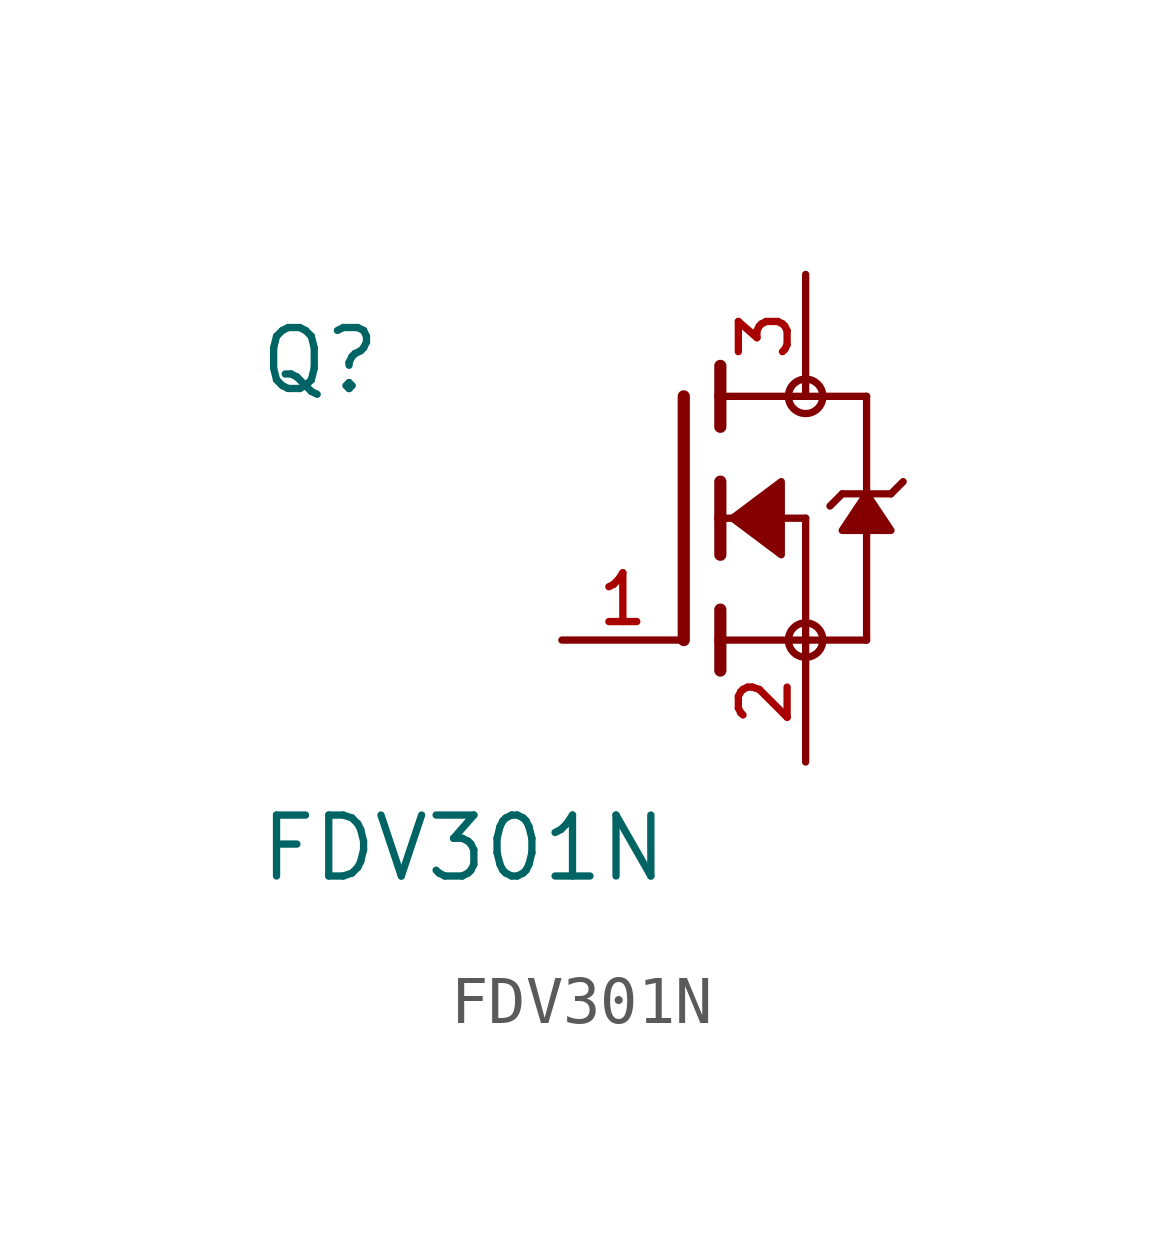
<source format=kicad_sym>
(kicad_symbol_lib
  (version 20211014)
  (generator kicad_symbol_editor)
  (symbol "FDV301N"
    (pin_names
      (offset 1.016))
    (property "Reference" "Q"
      (at -8.89 2.54 0)
      (effects (font (size 1.27 1.27)) (justify bottom left)))
    (property "Value" "FDV301N"
      (at -8.89 -7.62 0)
      (effects (font (size 1.27 1.27)) (justify bottom left)))
    (symbol "FDV301N_0_0"
      (polyline (pts (xy 0.762 0.762) (xy 0.762 0.0)) (stroke (width 0.254)))
      (polyline (pts (xy 0.762 0.0) (xy 0.762 -0.762)) (stroke (width 0.254)))
      (polyline (pts (xy 0.762 3.175) (xy 0.762 2.54)) (stroke (width 0.254)))
      (polyline (pts (xy 0.762 2.54) (xy 0.762 1.905)) (stroke (width 0.254)))
      (polyline (pts (xy 0.762 0.0) (xy 2.54 0.0)) (stroke (width 0.152)))
      (polyline (pts (xy 2.54 0.0) (xy 2.54 -2.54)) (stroke (width 0.152)))
      (polyline (pts (xy 0.762 -1.905) (xy 0.762 -2.54)) (stroke (width 0.254)))
      (polyline (pts (xy 0.762 -2.54) (xy 0.762 -3.175)) (stroke (width 0.254)))
      (polyline (pts (xy 0.0 2.54) (xy 0.0 -2.54)) (stroke (width 0.254)))
      (polyline (pts (xy 2.54 -2.54) (xy 0.762 -2.54)) (stroke (width 0.152)))
      (polyline (pts (xy 3.81 2.54) (xy 3.81 0.508)) (stroke (width 0.152)))
      (polyline (pts (xy 3.81 0.508) (xy 3.81 -2.54)) (stroke (width 0.152)))
      (polyline (pts (xy 2.54 -2.54) (xy 3.81 -2.54)) (stroke (width 0.152)))
      (polyline (pts (xy 0.762 2.54) (xy 3.81 2.54)) (stroke (width 0.152)))
      (polyline (pts (xy 4.572 0.762) (xy 4.318 0.508)) (stroke (width 0.152)))
      (polyline (pts (xy 4.318 0.508) (xy 3.81 0.508)) (stroke (width 0.152)))
      (polyline (pts (xy 3.81 0.508) (xy 3.302 0.508)) (stroke (width 0.152)))
      (polyline (pts (xy 3.302 0.508) (xy 3.048 0.254)) (stroke (width 0.152)))
      (circle (center 2.54 -2.54) (radius 0.359) (stroke (width 0.0)) (fill (type none)))
      (circle (center 2.54 2.54) (radius 0.359) (stroke (width 0.0)) (fill (type none)))
      (polyline (pts (xy 3.81 0.508) (xy 3.302 -0.254) (xy 4.318 -0.254) (xy 3.81 0.508)) (stroke (width 0.152)) (fill (type outline)))
      (polyline (pts (xy 1.016 0.0) (xy 2.032 0.762) (xy 2.032 -0.762) (xy 1.016 0.0)) (stroke (width 0.152)) (fill (type outline)))
      (pin passive line (at 2.54 -5.08 90.0) (length 2.54) (name "~" (effects (font (size 1.016 1.016)))) (number "2" (effects (font (size 1.016 1.016)))))
      (pin passive line (at -2.54 -2.54 0) (length 2.54) (name "~" (effects (font (size 1.016 1.016)))) (number "1" (effects (font (size 1.016 1.016)))))
      (pin passive line (at 2.54 5.08 270.0) (length 2.54) (name "~" (effects (font (size 1.016 1.016)))) (number "3" (effects (font (size 1.016 1.016))))))))
</source>
